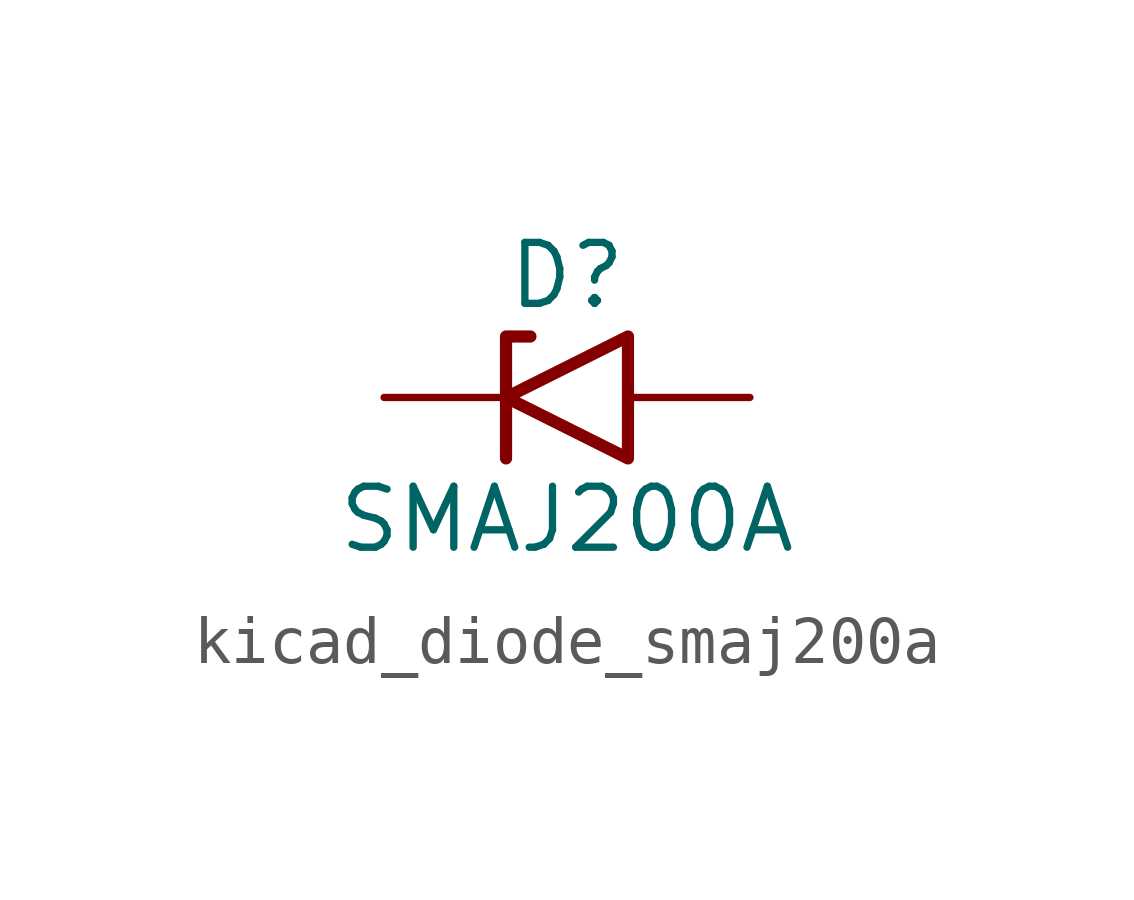
<source format=kicad_sym>
(kicad_symbol_lib
  (version 20220914)
  (generator kicad_symbol_editor)
  (symbol "kicad_diode_smaj200a"
    (pin_numbers hide)
    (pin_names
      (offset 1.016) hide)
    (property "Reference" "D"
      (at 0 2.54 0)
      (effects (font (size 1.27 1.27))))
    (property "Value" "SMAJ200A"
      (at 0 -2.54 0)
      (effects (font (size 1.27 1.27))))
    (symbol "kicad_diode_smaj200a_0_1"
      (polyline (pts (xy -0.762 1.27) (xy -1.27 1.27) (xy -1.27 -1.27)) (stroke (width 0.254) (type default)) (fill (type none)))
      (polyline (pts (xy 1.27 1.27) (xy 1.27 -1.27) (xy -1.27 0) (xy 1.27 1.27)) (stroke (width 0.254) (type default)) (fill (type none))))
    (symbol "kicad_diode_smaj200a_1_1"
      (pin passive line (at -3.81 0 0) (length 2.54) (name "A1" (effects (font (size 1.27 1.27)))) (number "1" (effects (font (size 1.27 1.27)))))
      (pin passive line (at 3.81 0 180) (length 2.54) (name "A2" (effects (font (size 1.27 1.27)))) (number "2" (effects (font (size 1.27 1.27))))))))
</source>
